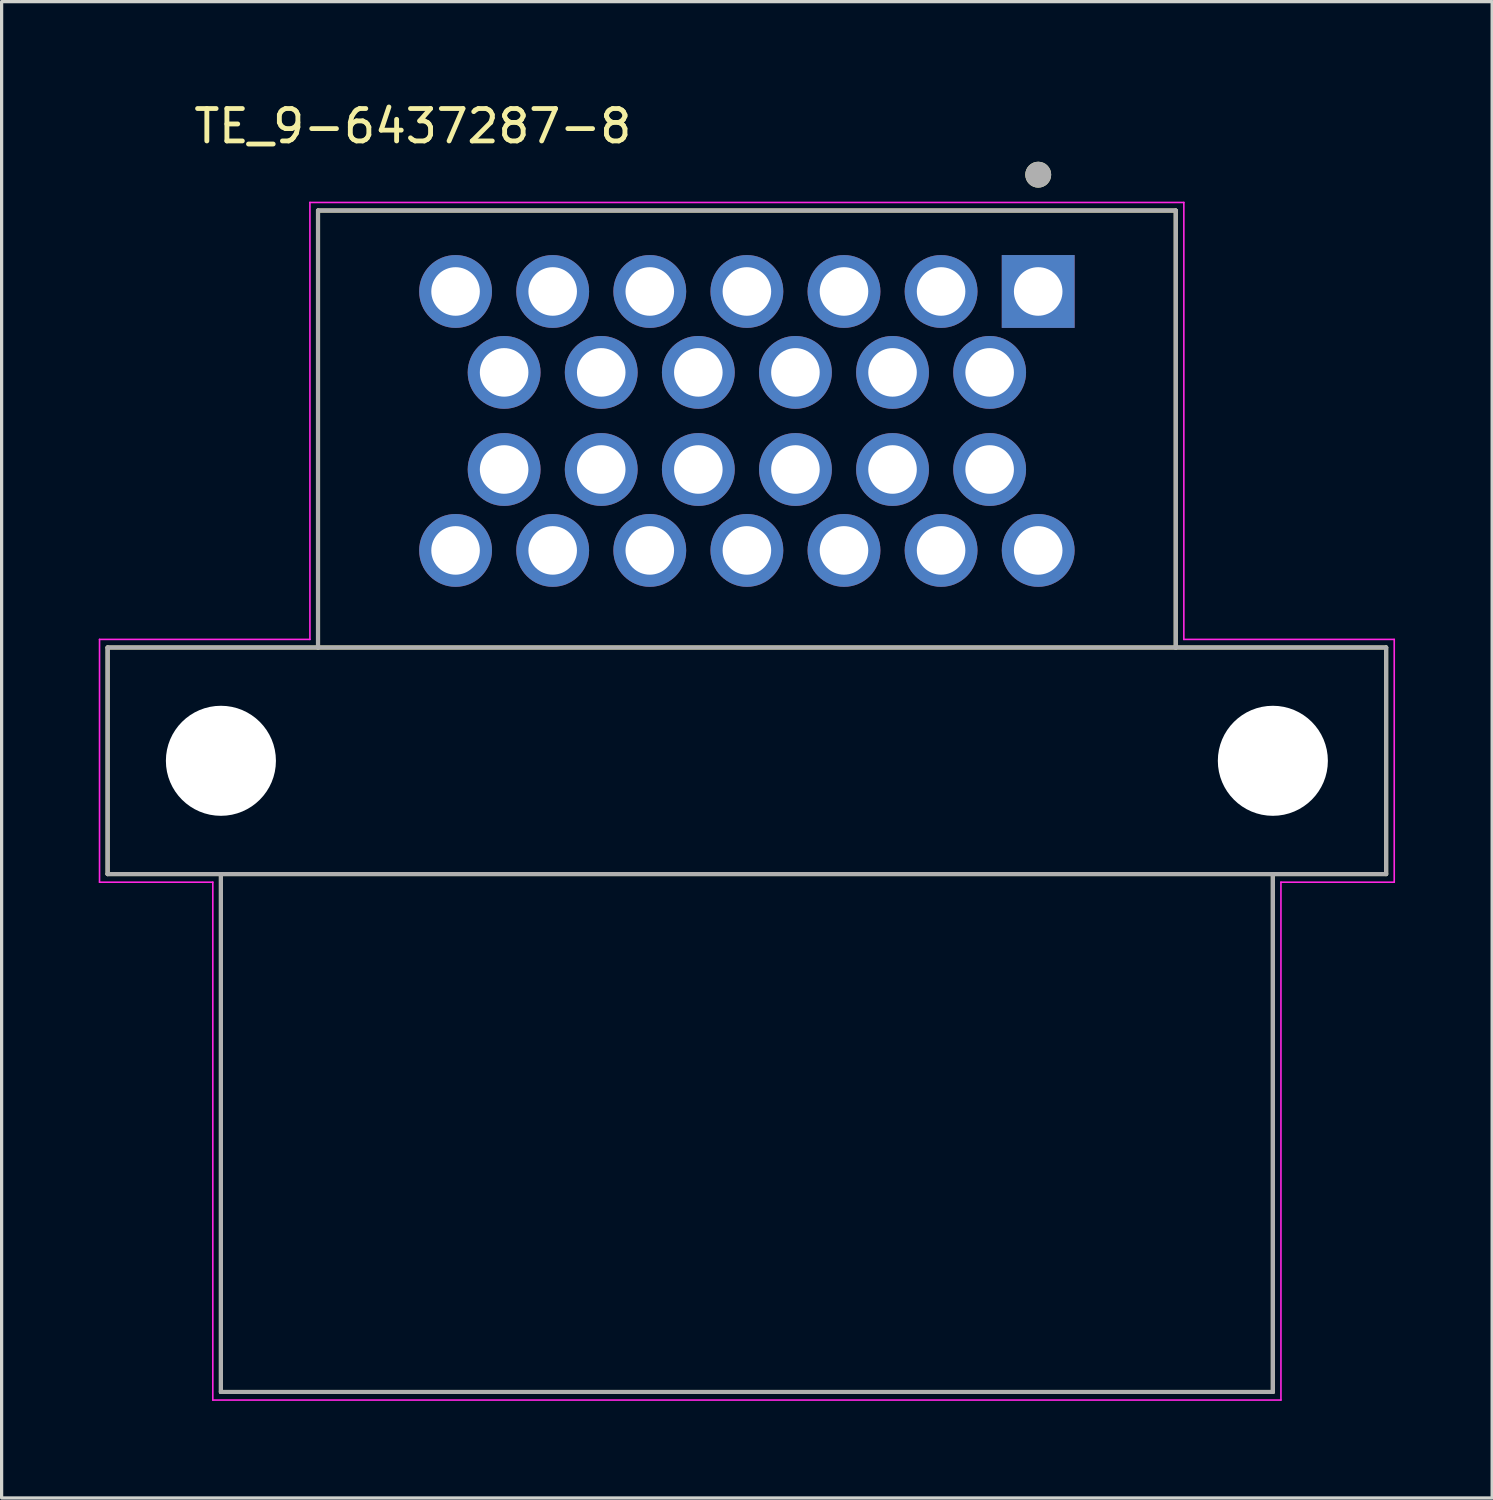
<source format=kicad_pcb>
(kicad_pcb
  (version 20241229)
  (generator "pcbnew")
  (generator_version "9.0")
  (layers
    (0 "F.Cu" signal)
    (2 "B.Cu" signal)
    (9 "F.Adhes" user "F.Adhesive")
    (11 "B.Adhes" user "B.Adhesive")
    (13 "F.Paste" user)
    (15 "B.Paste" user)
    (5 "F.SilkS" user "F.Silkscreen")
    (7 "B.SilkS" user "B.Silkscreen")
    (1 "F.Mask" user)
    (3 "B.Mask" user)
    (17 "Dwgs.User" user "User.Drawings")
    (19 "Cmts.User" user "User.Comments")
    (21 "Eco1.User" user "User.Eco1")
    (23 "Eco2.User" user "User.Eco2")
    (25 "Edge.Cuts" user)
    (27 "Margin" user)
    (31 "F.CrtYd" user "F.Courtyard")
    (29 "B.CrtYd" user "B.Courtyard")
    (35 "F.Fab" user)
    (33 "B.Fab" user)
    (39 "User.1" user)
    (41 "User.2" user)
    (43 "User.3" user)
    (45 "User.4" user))
  (footprint "TE_9-6437287-8"
    (layer "F.Cu")
    (at 20.025 20.455)
    (property "Reference" "TE_9-6437287-8" (at -10.321 -19.606 0) (layer "F.SilkS") (effects (font (size 1.001 1.001) (thickness 0.15))))
    (attr through_hole)
    (fp_line (start -19.75 -3.5) (end -19.75 3.5) (stroke (width 0.127) (type solid)) (layer "F.SilkS"))
    (fp_line (start -19.75 3.5) (end -16.25 3.5) (stroke (width 0.127) (type solid)) (layer "F.SilkS"))
    (fp_line (start -16.25 3.5) (end -16.25 19.5) (stroke (width 0.127) (type solid)) (layer "F.SilkS"))
    (fp_line (start -16.25 3.5) (end 16.25 3.5) (stroke (width 0.127) (type solid)) (layer "F.SilkS"))
    (fp_line (start -16.25 19.5) (end 16.25 19.5) (stroke (width 0.127) (type solid)) (layer "F.SilkS"))
    (fp_line (start -13.25 -17) (end 13.25 -17) (stroke (width 0.127) (type solid)) (layer "F.SilkS"))
    (fp_line (start -13.25 -3.5) (end -19.75 -3.5) (stroke (width 0.127) (type solid)) (layer "F.SilkS"))
    (fp_line (start -13.25 -3.5) (end -13.25 -17) (stroke (width 0.127) (type solid)) (layer "F.SilkS"))
    (fp_line (start 13.25 -17) (end 13.25 -3.5) (stroke (width 0.127) (type solid)) (layer "F.SilkS"))
    (fp_line (start 13.25 -3.5) (end -13.25 -3.5) (stroke (width 0.127) (type solid)) (layer "F.SilkS"))
    (fp_line (start 16.25 3.5) (end 19.75 3.5) (stroke (width 0.127) (type solid)) (layer "F.SilkS"))
    (fp_line (start 16.25 19.5) (end 16.25 3.5) (stroke (width 0.127) (type solid)) (layer "F.SilkS"))
    (fp_line (start 19.75 -3.5) (end 13.25 -3.5) (stroke (width 0.127) (type solid)) (layer "F.SilkS"))
    (fp_line (start 19.75 3.5) (end 19.75 -3.5) (stroke (width 0.127) (type solid)) (layer "F.SilkS"))
    (fp_circle (center 9.001 -18.108) (end 9.201 -18.108) (stroke (width 0.4) (type solid)) (fill no) (layer "F.SilkS"))
    (fp_line (start -20 -3.75) (end -13.5 -3.75) (stroke (width 0.05) (type solid)) (layer "F.CrtYd"))
    (fp_line (start -20 3.75) (end -20 -3.75) (stroke (width 0.05) (type solid)) (layer "F.CrtYd"))
    (fp_line (start -16.5 3.75) (end -20 3.75) (stroke (width 0.05) (type solid)) (layer "F.CrtYd"))
    (fp_line (start -16.5 19.75) (end -16.5 3.75) (stroke (width 0.05) (type solid)) (layer "F.CrtYd"))
    (fp_line (start -13.5 -17.25) (end 13.5 -17.25) (stroke (width 0.05) (type solid)) (layer "F.CrtYd"))
    (fp_line (start -13.5 -3.75) (end -13.5 -17.25) (stroke (width 0.05) (type solid)) (layer "F.CrtYd"))
    (fp_line (start 13.5 -17.25) (end 13.5 -3.75) (stroke (width 0.05) (type solid)) (layer "F.CrtYd"))
    (fp_line (start 13.5 -3.75) (end 20 -3.75) (stroke (width 0.05) (type solid)) (layer "F.CrtYd"))
    (fp_line (start 16.5 3.75) (end 16.5 19.75) (stroke (width 0.05) (type solid)) (layer "F.CrtYd"))
    (fp_line (start 16.5 19.75) (end -16.5 19.75) (stroke (width 0.05) (type solid)) (layer "F.CrtYd"))
    (fp_line (start 20 -3.75) (end 20 3.75) (stroke (width 0.05) (type solid)) (layer "F.CrtYd"))
    (fp_line (start 20 3.75) (end 16.5 3.75) (stroke (width 0.05) (type solid)) (layer "F.CrtYd"))
    (fp_line (start -19.75 -3.5) (end -19.75 3.5) (stroke (width 0.127) (type solid)) (layer "F.Fab"))
    (fp_line (start -19.75 3.5) (end -16.25 3.5) (stroke (width 0.127) (type solid)) (layer "F.Fab"))
    (fp_line (start -16.25 3.5) (end -16.25 19.5) (stroke (width 0.127) (type solid)) (layer "F.Fab"))
    (fp_line (start -16.25 3.5) (end 16.25 3.5) (stroke (width 0.127) (type solid)) (layer "F.Fab"))
    (fp_line (start -16.25 19.5) (end 16.25 19.5) (stroke (width 0.127) (type solid)) (layer "F.Fab"))
    (fp_line (start -13.25 -17) (end 13.25 -17) (stroke (width 0.127) (type solid)) (layer "F.Fab"))
    (fp_line (start -13.25 -3.5) (end -19.75 -3.5) (stroke (width 0.127) (type solid)) (layer "F.Fab"))
    (fp_line (start -13.25 -3.5) (end -13.25 -17) (stroke (width 0.127) (type solid)) (layer "F.Fab"))
    (fp_line (start 13.25 -17) (end 13.25 -3.5) (stroke (width 0.127) (type solid)) (layer "F.Fab"))
    (fp_line (start 13.25 -3.5) (end -13.25 -3.5) (stroke (width 0.127) (type solid)) (layer "F.Fab"))
    (fp_line (start 16.25 3.5) (end 19.75 3.5) (stroke (width 0.127) (type solid)) (layer "F.Fab"))
    (fp_line (start 16.25 19.5) (end 16.25 3.5) (stroke (width 0.127) (type solid)) (layer "F.Fab"))
    (fp_line (start 19.75 -3.5) (end 13.25 -3.5) (stroke (width 0.127) (type solid)) (layer "F.Fab"))
    (fp_line (start 19.75 3.5) (end 19.75 -3.5) (stroke (width 0.127) (type solid)) (layer "F.Fab"))
    (fp_circle (center 9.001 -18.108) (end 9.201 -18.108) (stroke (width 0.4) (type solid)) (fill no) (layer "F.Fab"))
    (pad "" np_thru_hole circle (at -16.25 0) (size 3.4 3.4) (drill 3.4) (layers "*.Cu" "*.Mask"))
    (pad "" np_thru_hole circle (at 16.25 0) (size 3.4 3.4) (drill 3.4) (layers "*.Cu" "*.Mask"))
    (pad "1" thru_hole rect (at 9 -14.5) (size 2.25 2.25) (drill 1.5) (layers "*.Cu" "*.Mask"))
    (pad "2" thru_hole circle (at 6 -14.5) (size 2.25 2.25) (drill 1.5) (layers "*.Cu" "*.Mask"))
    (pad "3" thru_hole circle (at 3 -14.5) (size 2.25 2.25) (drill 1.5) (layers "*.Cu" "*.Mask"))
    (pad "4" thru_hole circle (at 0 -14.5) (size 2.25 2.25) (drill 1.5) (layers "*.Cu" "*.Mask"))
    (pad "5" thru_hole circle (at -3 -14.5) (size 2.25 2.25) (drill 1.5) (layers "*.Cu" "*.Mask"))
    (pad "6" thru_hole circle (at -6 -14.5) (size 2.25 2.25) (drill 1.5) (layers "*.Cu" "*.Mask"))
    (pad "7" thru_hole circle (at -9 -14.5) (size 2.25 2.25) (drill 1.5) (layers "*.Cu" "*.Mask"))
    (pad "8" thru_hole circle (at 7.5 -12) (size 2.25 2.25) (drill 1.5) (layers "*.Cu" "*.Mask"))
    (pad "9" thru_hole circle (at 4.5 -12) (size 2.25 2.25) (drill 1.5) (layers "*.Cu" "*.Mask"))
    (pad "10" thru_hole circle (at 1.5 -12) (size 2.25 2.25) (drill 1.5) (layers "*.Cu" "*.Mask"))
    (pad "11" thru_hole circle (at -1.5 -12) (size 2.25 2.25) (drill 1.5) (layers "*.Cu" "*.Mask"))
    (pad "12" thru_hole circle (at -4.5 -12) (size 2.25 2.25) (drill 1.5) (layers "*.Cu" "*.Mask"))
    (pad "13" thru_hole circle (at -7.5 -12) (size 2.25 2.25) (drill 1.5) (layers "*.Cu" "*.Mask"))
    (pad "14" thru_hole circle (at 7.5 -9) (size 2.25 2.25) (drill 1.5) (layers "*.Cu" "*.Mask"))
    (pad "15" thru_hole circle (at 4.5 -9) (size 2.25 2.25) (drill 1.5) (layers "*.Cu" "*.Mask"))
    (pad "16" thru_hole circle (at 1.5 -9) (size 2.25 2.25) (drill 1.5) (layers "*.Cu" "*.Mask"))
    (pad "17" thru_hole circle (at -1.5 -9) (size 2.25 2.25) (drill 1.5) (layers "*.Cu" "*.Mask"))
    (pad "18" thru_hole circle (at -4.5 -9) (size 2.25 2.25) (drill 1.5) (layers "*.Cu" "*.Mask"))
    (pad "19" thru_hole circle (at -7.5 -9) (size 2.25 2.25) (drill 1.5) (layers "*.Cu" "*.Mask"))
    (pad "20" thru_hole circle (at 9 -6.5) (size 2.25 2.25) (drill 1.5) (layers "*.Cu" "*.Mask"))
    (pad "21" thru_hole circle (at 6 -6.5) (size 2.25 2.25) (drill 1.5) (layers "*.Cu" "*.Mask"))
    (pad "22" thru_hole circle (at 3 -6.5) (size 2.25 2.25) (drill 1.5) (layers "*.Cu" "*.Mask"))
    (pad "23" thru_hole circle (at 0 -6.5) (size 2.25 2.25) (drill 1.5) (layers "*.Cu" "*.Mask"))
    (pad "24" thru_hole circle (at -3 -6.5) (size 2.25 2.25) (drill 1.5) (layers "*.Cu" "*.Mask"))
    (pad "25" thru_hole circle (at -6 -6.5) (size 2.25 2.25) (drill 1.5) (layers "*.Cu" "*.Mask"))
    (pad "26" thru_hole circle (at -9 -6.5) (size 2.25 2.25) (drill 1.5) (layers "*.Cu" "*.Mask")))
  (gr_rect
    (start -3 -3)
    (end 43.05 43.23)
    (stroke (width 0.1) (type default))
    (fill no)
    (layer "Edge.Cuts")))
</source>
